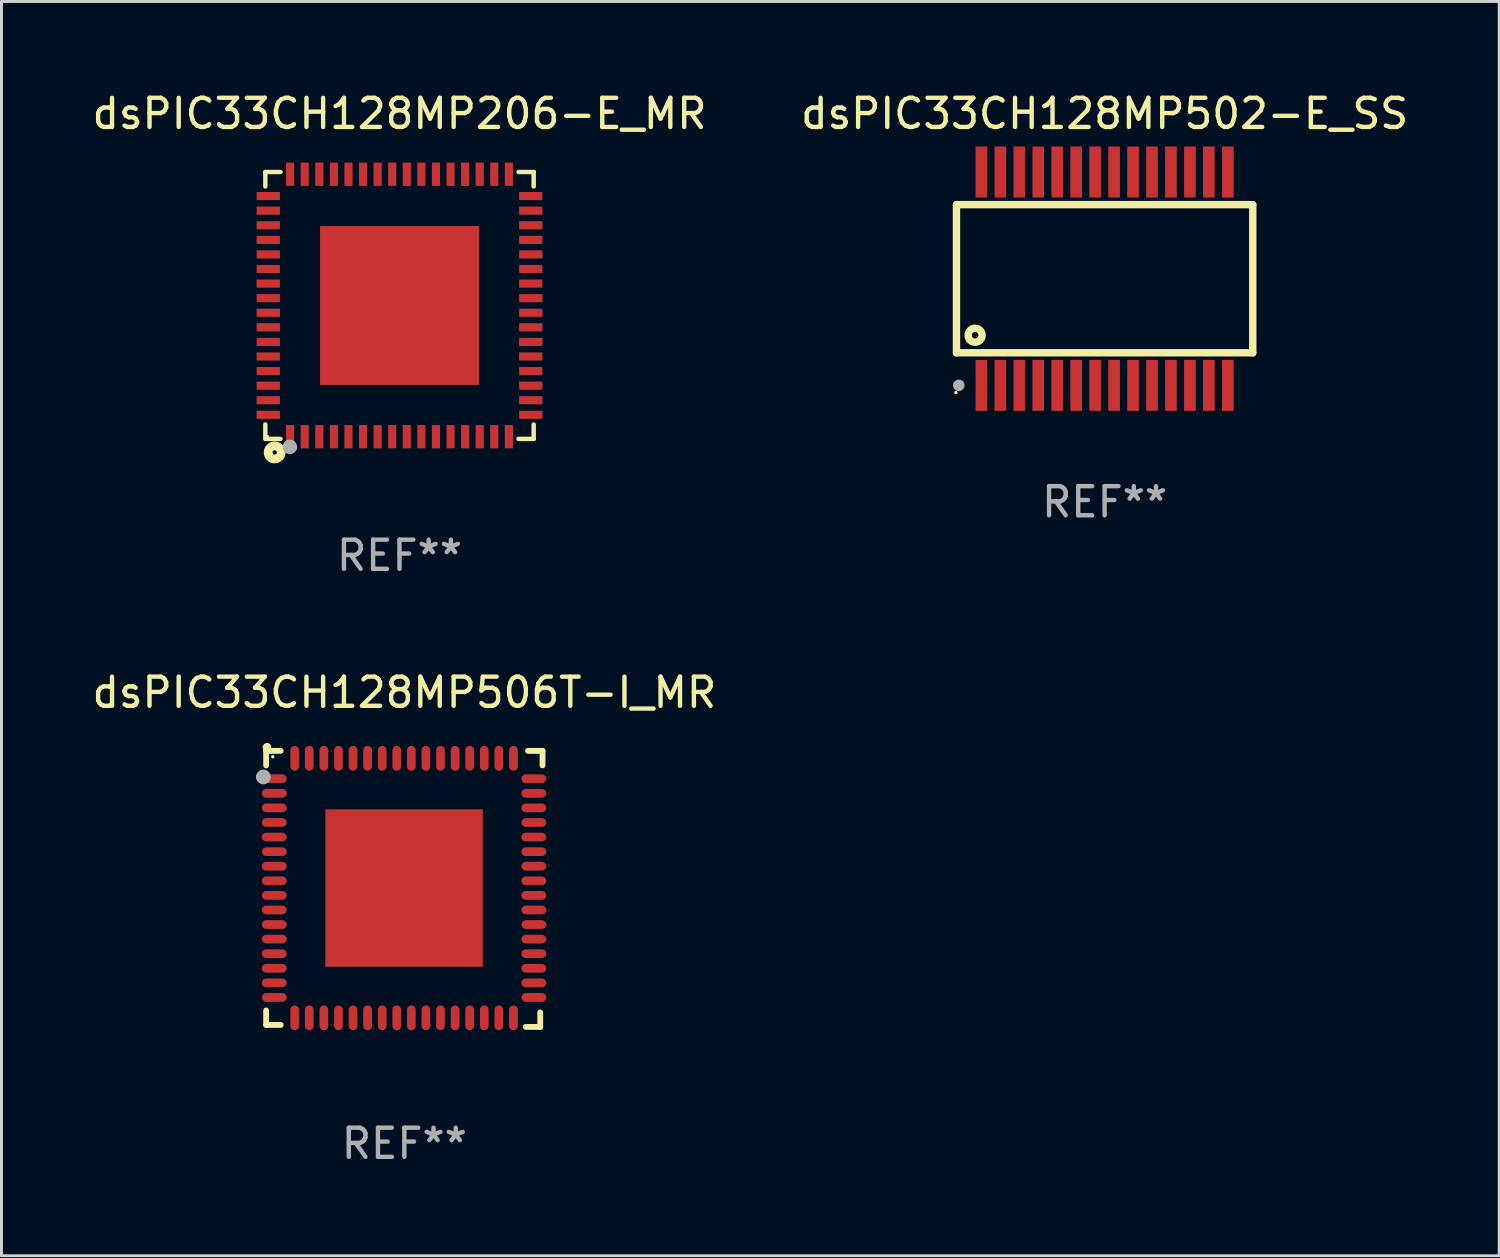
<source format=kicad_pcb>
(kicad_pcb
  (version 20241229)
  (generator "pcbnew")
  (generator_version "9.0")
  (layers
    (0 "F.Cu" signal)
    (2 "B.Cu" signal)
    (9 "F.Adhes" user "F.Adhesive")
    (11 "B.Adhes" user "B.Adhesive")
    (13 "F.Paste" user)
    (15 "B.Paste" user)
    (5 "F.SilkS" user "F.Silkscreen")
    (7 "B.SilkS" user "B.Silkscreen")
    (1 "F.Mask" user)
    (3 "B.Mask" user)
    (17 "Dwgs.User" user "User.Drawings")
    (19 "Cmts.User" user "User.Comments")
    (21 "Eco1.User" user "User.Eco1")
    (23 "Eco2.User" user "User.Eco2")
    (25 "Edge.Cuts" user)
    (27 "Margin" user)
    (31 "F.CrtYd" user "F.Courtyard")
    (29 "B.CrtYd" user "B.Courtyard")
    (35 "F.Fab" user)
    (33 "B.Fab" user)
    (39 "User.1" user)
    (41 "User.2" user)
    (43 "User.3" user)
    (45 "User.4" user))
  (footprint "dsPIC33CH128MP502-E_SS"
    (layer "F.Cu")
    (at 34.827 6.506)
    (property "Reference" "dsPIC33CH128MP502-E_SS" (at 0 -5.658 0) (layer "F.SilkS") (effects (font (size 1 1) (thickness 0.15))))
    (attr through_hole)
    (fp_line (start -5.08 -2.54) (end -5.08 2.54) (stroke (width 0.254) (type solid)) (layer "F.SilkS"))
    (fp_line (start -5.08 -2.54) (end 5.08 -2.54) (stroke (width 0.254) (type solid)) (layer "F.SilkS"))
    (fp_line (start 5.08 -2.54) (end 5.08 2.54) (stroke (width 0.254) (type solid)) (layer "F.SilkS"))
    (fp_line (start 5.08 2.54) (end -5.08 2.54) (stroke (width 0.254) (type solid)) (layer "F.SilkS"))
    (fp_circle (center -5.1 3.9) (end -5.07 3.9) (stroke (width 0.06) (type solid)) (fill no) (layer "F.SilkS"))
    (fp_circle (center -4.44 1.94) (end -4.2 1.94) (stroke (width 0.254) (type solid)) (fill no) (layer "F.SilkS"))
    (fp_circle (center -5 3.658) (end -4.9 3.658) (stroke (width 0.2) (type solid)) (fill no) (layer "F.Fab"))
    (fp_text user "REF**" (at 0 7.658 0) (layer "F.Fab") (effects (font (size 1 1) (thickness 0.15))))
    (pad "1" smd rect (at -4.225 3.658) (size 0.4 1.75) (layers "F.Cu" "F.Mask" "F.Paste"))
    (pad "2" smd rect (at -3.575 3.657) (size 0.4 1.75) (layers "F.Cu" "F.Mask" "F.Paste"))
    (pad "3" smd rect (at -2.925 3.657) (size 0.4 1.75) (layers "F.Cu" "F.Mask" "F.Paste"))
    (pad "4" smd rect (at -2.275 3.657) (size 0.4 1.75) (layers "F.Cu" "F.Mask" "F.Paste"))
    (pad "5" smd rect (at -1.625 3.657) (size 0.4 1.75) (layers "F.Cu" "F.Mask" "F.Paste"))
    (pad "6" smd rect (at -0.975 3.657) (size 0.4 1.75) (layers "F.Cu" "F.Mask" "F.Paste"))
    (pad "7" smd rect (at -0.325 3.657) (size 0.4 1.75) (layers "F.Cu" "F.Mask" "F.Paste"))
    (pad "8" smd rect (at 0.325 3.657) (size 0.4 1.75) (layers "F.Cu" "F.Mask" "F.Paste"))
    (pad "9" smd rect (at 0.975 3.657) (size 0.4 1.75) (layers "F.Cu" "F.Mask" "F.Paste"))
    (pad "10" smd rect (at 1.625 3.657) (size 0.4 1.75) (layers "F.Cu" "F.Mask" "F.Paste"))
    (pad "11" smd rect (at 2.275 3.657) (size 0.4 1.75) (layers "F.Cu" "F.Mask" "F.Paste"))
    (pad "12" smd rect (at 2.925 3.657) (size 0.4 1.75) (layers "F.Cu" "F.Mask" "F.Paste"))
    (pad "13" smd rect (at 3.575 3.657) (size 0.4 1.75) (layers "F.Cu" "F.Mask" "F.Paste"))
    (pad "14" smd rect (at 4.225 3.657) (size 0.4 1.75) (layers "F.Cu" "F.Mask" "F.Paste"))
    (pad "15" smd rect (at 4.225 -3.658) (size 0.4 1.75) (layers "F.Cu" "F.Mask" "F.Paste"))
    (pad "16" smd rect (at 3.575 -3.658) (size 0.4 1.75) (layers "F.Cu" "F.Mask" "F.Paste"))
    (pad "17" smd rect (at 2.925 -3.658) (size 0.4 1.75) (layers "F.Cu" "F.Mask" "F.Paste"))
    (pad "18" smd rect (at 2.275 -3.658) (size 0.4 1.75) (layers "F.Cu" "F.Mask" "F.Paste"))
    (pad "19" smd rect (at 1.625 -3.658) (size 0.4 1.75) (layers "F.Cu" "F.Mask" "F.Paste"))
    (pad "20" smd rect (at 0.975 -3.658) (size 0.4 1.75) (layers "F.Cu" "F.Mask" "F.Paste"))
    (pad "21" smd rect (at 0.325 -3.658) (size 0.4 1.75) (layers "F.Cu" "F.Mask" "F.Paste"))
    (pad "22" smd rect (at -0.325 -3.658) (size 0.4 1.75) (layers "F.Cu" "F.Mask" "F.Paste"))
    (pad "23" smd rect (at -0.975 -3.658) (size 0.4 1.75) (layers "F.Cu" "F.Mask" "F.Paste"))
    (pad "24" smd rect (at -1.625 -3.658) (size 0.4 1.75) (layers "F.Cu" "F.Mask" "F.Paste"))
    (pad "25" smd rect (at -2.275 -3.658) (size 0.4 1.75) (layers "F.Cu" "F.Mask" "F.Paste"))
    (pad "26" smd rect (at -2.925 -3.658) (size 0.4 1.75) (layers "F.Cu" "F.Mask" "F.Paste"))
    (pad "27" smd rect (at -3.575 -3.658) (size 0.4 1.75) (layers "F.Cu" "F.Mask" "F.Paste"))
    (pad "28" smd rect (at -4.225 -3.658) (size 0.4 1.75) (layers "F.Cu" "F.Mask" "F.Paste")))
  (footprint "dsPIC33CH128MP206-E_MR"
    (layer "F.Cu")
    (at 10.649 7.424)
    (property "Reference" "dsPIC33CH128MP206-E_MR" (at 0 -6.576 0) (layer "F.SilkS") (effects (font (size 1 1) (thickness 0.15))))
    (attr through_hole)
    (fp_line (start -4.601 -4.576) (end -4.081 -4.576) (stroke (width 0.152) (type solid)) (layer "F.SilkS"))
    (fp_line (start -4.601 -4.081) (end -4.601 -4.576) (stroke (width 0.152) (type solid)) (layer "F.SilkS"))
    (fp_line (start -4.601 4.081) (end -4.601 4.576) (stroke (width 0.152) (type solid)) (layer "F.SilkS"))
    (fp_line (start -4.601 4.576) (end -4.081 4.576) (stroke (width 0.152) (type solid)) (layer "F.SilkS"))
    (fp_line (start 4.601 -4.576) (end 4.081 -4.576) (stroke (width 0.152) (type solid)) (layer "F.SilkS"))
    (fp_line (start 4.601 -4.081) (end 4.601 -4.576) (stroke (width 0.152) (type solid)) (layer "F.SilkS"))
    (fp_line (start 4.601 4.081) (end 4.601 4.576) (stroke (width 0.152) (type solid)) (layer "F.SilkS"))
    (fp_line (start 4.601 4.576) (end 4.081 4.576) (stroke (width 0.152) (type solid)) (layer "F.SilkS"))
    (fp_circle (center -4.525 4.5) (end -4.495 4.5) (stroke (width 0.06) (type solid)) (fill no) (layer "F.SilkS"))
    (fp_circle (center -4.28 5.04) (end -4.205 5.04) (stroke (width 0.3) (type solid)) (fill no) (layer "F.SilkS"))
    (fp_circle (center -3.76 4.85) (end -3.635 4.85) (stroke (width 0.25) (type solid)) (fill no) (layer "F.Fab"))
    (fp_text user "REF**" (at 0 8.576 0) (layer "F.Fab") (effects (font (size 1 1) (thickness 0.15))))
    (pad "1" smd rect (at -3.75 4.5) (size 0.28 0.8) (layers "F.Cu" "F.Mask" "F.Paste"))
    (pad "2" smd rect (at -3.25 4.5) (size 0.28 0.8) (layers "F.Cu" "F.Mask" "F.Paste"))
    (pad "3" smd rect (at -2.75 4.5) (size 0.28 0.8) (layers "F.Cu" "F.Mask" "F.Paste"))
    (pad "4" smd rect (at -2.25 4.5) (size 0.28 0.8) (layers "F.Cu" "F.Mask" "F.Paste"))
    (pad "5" smd rect (at -1.75 4.5) (size 0.28 0.8) (layers "F.Cu" "F.Mask" "F.Paste"))
    (pad "6" smd rect (at -1.25 4.5) (size 0.28 0.8) (layers "F.Cu" "F.Mask" "F.Paste"))
    (pad "7" smd rect (at -0.75 4.5) (size 0.28 0.8) (layers "F.Cu" "F.Mask" "F.Paste"))
    (pad "8" smd rect (at -0.25 4.5) (size 0.28 0.8) (layers "F.Cu" "F.Mask" "F.Paste"))
    (pad "9" smd rect (at 0.25 4.5) (size 0.28 0.8) (layers "F.Cu" "F.Mask" "F.Paste"))
    (pad "10" smd rect (at 0.75 4.5) (size 0.28 0.8) (layers "F.Cu" "F.Mask" "F.Paste"))
    (pad "11" smd rect (at 1.25 4.5) (size 0.28 0.8) (layers "F.Cu" "F.Mask" "F.Paste"))
    (pad "12" smd rect (at 1.75 4.5) (size 0.28 0.8) (layers "F.Cu" "F.Mask" "F.Paste"))
    (pad "13" smd rect (at 2.25 4.5) (size 0.28 0.8) (layers "F.Cu" "F.Mask" "F.Paste"))
    (pad "14" smd rect (at 2.75 4.5) (size 0.28 0.8) (layers "F.Cu" "F.Mask" "F.Paste"))
    (pad "15" smd rect (at 3.25 4.5) (size 0.28 0.8) (layers "F.Cu" "F.Mask" "F.Paste"))
    (pad "16" smd rect (at 3.75 4.5) (size 0.28 0.8) (layers "F.Cu" "F.Mask" "F.Paste"))
    (pad "17" smd rect (at 4.5 3.75) (size 0.8 0.28) (layers "F.Cu" "F.Mask" "F.Paste"))
    (pad "18" smd rect (at 4.5 3.25) (size 0.8 0.28) (layers "F.Cu" "F.Mask" "F.Paste"))
    (pad "19" smd rect (at 4.5 2.75) (size 0.8 0.28) (layers "F.Cu" "F.Mask" "F.Paste"))
    (pad "20" smd rect (at 4.5 2.25) (size 0.8 0.28) (layers "F.Cu" "F.Mask" "F.Paste"))
    (pad "21" smd rect (at 4.5 1.75) (size 0.8 0.28) (layers "F.Cu" "F.Mask" "F.Paste"))
    (pad "22" smd rect (at 4.5 1.25) (size 0.8 0.28) (layers "F.Cu" "F.Mask" "F.Paste"))
    (pad "23" smd rect (at 4.5 0.75) (size 0.8 0.28) (layers "F.Cu" "F.Mask" "F.Paste"))
    (pad "24" smd rect (at 4.5 0.25) (size 0.8 0.28) (layers "F.Cu" "F.Mask" "F.Paste"))
    (pad "25" smd rect (at 4.5 -0.25) (size 0.8 0.28) (layers "F.Cu" "F.Mask" "F.Paste"))
    (pad "26" smd rect (at 4.5 -0.75) (size 0.8 0.28) (layers "F.Cu" "F.Mask" "F.Paste"))
    (pad "27" smd rect (at 4.5 -1.25) (size 0.8 0.28) (layers "F.Cu" "F.Mask" "F.Paste"))
    (pad "28" smd rect (at 4.5 -1.75) (size 0.8 0.28) (layers "F.Cu" "F.Mask" "F.Paste"))
    (pad "29" smd rect (at 4.5 -2.25) (size 0.8 0.28) (layers "F.Cu" "F.Mask" "F.Paste"))
    (pad "30" smd rect (at 4.5 -2.75) (size 0.8 0.28) (layers "F.Cu" "F.Mask" "F.Paste"))
    (pad "31" smd rect (at 4.5 -3.25) (size 0.8 0.28) (layers "F.Cu" "F.Mask" "F.Paste"))
    (pad "32" smd rect (at 4.5 -3.75) (size 0.8 0.28) (layers "F.Cu" "F.Mask" "F.Paste"))
    (pad "33" smd rect (at 3.75 -4.5) (size 0.28 0.8) (layers "F.Cu" "F.Mask" "F.Paste"))
    (pad "34" smd rect (at 3.25 -4.5) (size 0.28 0.8) (layers "F.Cu" "F.Mask" "F.Paste"))
    (pad "35" smd rect (at 2.75 -4.5) (size 0.28 0.8) (layers "F.Cu" "F.Mask" "F.Paste"))
    (pad "36" smd rect (at 2.25 -4.5) (size 0.28 0.8) (layers "F.Cu" "F.Mask" "F.Paste"))
    (pad "37" smd rect (at 1.75 -4.5) (size 0.28 0.8) (layers "F.Cu" "F.Mask" "F.Paste"))
    (pad "38" smd rect (at 1.25 -4.5) (size 0.28 0.8) (layers "F.Cu" "F.Mask" "F.Paste"))
    (pad "39" smd rect (at 0.75 -4.5) (size 0.28 0.8) (layers "F.Cu" "F.Mask" "F.Paste"))
    (pad "40" smd rect (at 0.25 -4.5) (size 0.28 0.8) (layers "F.Cu" "F.Mask" "F.Paste"))
    (pad "41" smd rect (at -0.25 -4.5) (size 0.28 0.8) (layers "F.Cu" "F.Mask" "F.Paste"))
    (pad "42" smd rect (at -0.75 -4.5) (size 0.28 0.8) (layers "F.Cu" "F.Mask" "F.Paste"))
    (pad "43" smd rect (at -1.25 -4.5) (size 0.28 0.8) (layers "F.Cu" "F.Mask" "F.Paste"))
    (pad "44" smd rect (at -1.75 -4.5) (size 0.28 0.8) (layers "F.Cu" "F.Mask" "F.Paste"))
    (pad "45" smd rect (at -2.25 -4.5) (size 0.28 0.8) (layers "F.Cu" "F.Mask" "F.Paste"))
    (pad "46" smd rect (at -2.75 -4.5) (size 0.28 0.8) (layers "F.Cu" "F.Mask" "F.Paste"))
    (pad "47" smd rect (at -3.25 -4.5) (size 0.28 0.8) (layers "F.Cu" "F.Mask" "F.Paste"))
    (pad "48" smd rect (at -3.75 -4.5) (size 0.28 0.8) (layers "F.Cu" "F.Mask" "F.Paste"))
    (pad "49" smd rect (at -4.5 -3.75) (size 0.8 0.28) (layers "F.Cu" "F.Mask" "F.Paste"))
    (pad "50" smd rect (at -4.5 -3.25) (size 0.8 0.28) (layers "F.Cu" "F.Mask" "F.Paste"))
    (pad "51" smd rect (at -4.5 -2.75) (size 0.8 0.28) (layers "F.Cu" "F.Mask" "F.Paste"))
    (pad "52" smd rect (at -4.5 -2.25) (size 0.8 0.28) (layers "F.Cu" "F.Mask" "F.Paste"))
    (pad "53" smd rect (at -4.5 -1.75) (size 0.8 0.28) (layers "F.Cu" "F.Mask" "F.Paste"))
    (pad "54" smd rect (at -4.5 -1.25) (size 0.8 0.28) (layers "F.Cu" "F.Mask" "F.Paste"))
    (pad "55" smd rect (at -4.5 -0.75) (size 0.8 0.28) (layers "F.Cu" "F.Mask" "F.Paste"))
    (pad "56" smd rect (at -4.5 -0.25) (size 0.8 0.28) (layers "F.Cu" "F.Mask" "F.Paste"))
    (pad "57" smd rect (at -4.5 0.25) (size 0.8 0.28) (layers "F.Cu" "F.Mask" "F.Paste"))
    (pad "58" smd rect (at -4.5 0.75) (size 0.8 0.28) (layers "F.Cu" "F.Mask" "F.Paste"))
    (pad "59" smd rect (at -4.5 1.25) (size 0.8 0.28) (layers "F.Cu" "F.Mask" "F.Paste"))
    (pad "60" smd rect (at -4.5 1.75) (size 0.8 0.28) (layers "F.Cu" "F.Mask" "F.Paste"))
    (pad "61" smd rect (at -4.5 2.25) (size 0.8 0.28) (layers "F.Cu" "F.Mask" "F.Paste"))
    (pad "62" smd rect (at -4.5 2.75) (size 0.8 0.28) (layers "F.Cu" "F.Mask" "F.Paste"))
    (pad "63" smd rect (at -4.5 3.25) (size 0.8 0.28) (layers "F.Cu" "F.Mask" "F.Paste"))
    (pad "64" smd rect (at -4.5 3.75) (size 0.8 0.28) (layers "F.Cu" "F.Mask" "F.Paste"))
    (pad "65" smd rect (at 0 0) (size 5.45 5.45) (layers "F.Cu" "F.Mask" "F.Paste")))
  (footprint "dsPIC33CH128MP506T-I_MR"
    (layer "F.Cu")
    (at 10.815 27.43)
    (property "Reference" "dsPIC33CH128MP506T-I_MR" (at 0 -6.733 0) (layer "F.SilkS") (effects (font (size 1 1) (thickness 0.15))))
    (attr through_hole)
    (fp_line (start -4.739 -4.733) (end -4.241 -4.733) (stroke (width 0.2) (type solid)) (layer "F.SilkS"))
    (fp_line (start -4.739 -4.235) (end -4.739 -4.733) (stroke (width 0.2) (type solid)) (layer "F.SilkS"))
    (fp_line (start -4.739 4.168) (end -4.739 4.665) (stroke (width 0.2) (type solid)) (layer "F.SilkS"))
    (fp_line (start -4.739 4.665) (end -4.241 4.665) (stroke (width 0.2) (type solid)) (layer "F.SilkS"))
    (fp_line (start 4.161 4.733) (end 4.659 4.733) (stroke (width 0.2) (type solid)) (layer "F.SilkS"))
    (fp_line (start 4.241 -4.733) (end 4.739 -4.733) (stroke (width 0.2) (type solid)) (layer "F.SilkS"))
    (fp_line (start 4.659 4.733) (end 4.659 4.235) (stroke (width 0.2) (type solid)) (layer "F.SilkS"))
    (fp_line (start 4.739 -4.733) (end 4.739 -4.235) (stroke (width 0.2) (type solid)) (layer "F.SilkS"))
    (fp_arc (start -4.708623 -4.85108) (mid -4.708628 -4.85235) (end -4.708623 -4.85362) (stroke (width 0.3) (type solid)) (layer "F.SilkS"))
    (fp_circle (center -4.511 -4.529) (end -4.481 -4.529) (stroke (width 0.06) (type solid)) (fill no) (layer "F.SilkS"))
    (fp_circle (center -4.835 -3.838) (end -4.708 -3.838) (stroke (width 0.254) (type solid)) (fill no) (layer "F.Fab"))
    (fp_text user "REF**" (at 0 8.733 0) (layer "F.Fab") (effects (font (size 1 1) (thickness 0.15))))
    (pad "1" smd oval (at -4.46 -3.778) (size 0.85 0.3) (layers "F.Cu" "F.Mask" "F.Paste"))
    (pad "2" smd oval (at -4.46 -3.278) (size 0.85 0.3) (layers "F.Cu" "F.Mask" "F.Paste"))
    (pad "3" smd oval (at -4.46 -2.778) (size 0.85 0.3) (layers "F.Cu" "F.Mask" "F.Paste"))
    (pad "4" smd oval (at -4.46 -2.278) (size 0.85 0.3) (layers "F.Cu" "F.Mask" "F.Paste"))
    (pad "5" smd oval (at -4.46 -1.778) (size 0.85 0.3) (layers "F.Cu" "F.Mask" "F.Paste"))
    (pad "6" smd oval (at -4.46 -1.278) (size 0.85 0.3) (layers "F.Cu" "F.Mask" "F.Paste"))
    (pad "7" smd oval (at -4.46 -0.778) (size 0.85 0.3) (layers "F.Cu" "F.Mask" "F.Paste"))
    (pad "8" smd oval (at -4.46 -0.278) (size 0.85 0.3) (layers "F.Cu" "F.Mask" "F.Paste"))
    (pad "9" smd oval (at -4.46 0.222) (size 0.85 0.3) (layers "F.Cu" "F.Mask" "F.Paste"))
    (pad "10" smd oval (at -4.46 0.722) (size 0.85 0.3) (layers "F.Cu" "F.Mask" "F.Paste"))
    (pad "11" smd oval (at -4.46 1.222) (size 0.85 0.3) (layers "F.Cu" "F.Mask" "F.Paste"))
    (pad "12" smd oval (at -4.46 1.722) (size 0.85 0.3) (layers "F.Cu" "F.Mask" "F.Paste"))
    (pad "13" smd oval (at -4.46 2.222) (size 0.85 0.3) (layers "F.Cu" "F.Mask" "F.Paste"))
    (pad "14" smd oval (at -4.46 2.722) (size 0.85 0.3) (layers "F.Cu" "F.Mask" "F.Paste"))
    (pad "15" smd oval (at -4.46 3.222) (size 0.85 0.3) (layers "F.Cu" "F.Mask" "F.Paste"))
    (pad "16" smd oval (at -4.46 3.722) (size 0.85 0.3) (layers "F.Cu" "F.Mask" "F.Paste"))
    (pad "17" smd oval (at -3.76 4.422) (size 0.3 0.85) (layers "F.Cu" "F.Mask" "F.Paste"))
    (pad "18" smd oval (at -3.26 4.422) (size 0.3 0.85) (layers "F.Cu" "F.Mask" "F.Paste"))
    (pad "19" smd oval (at -2.76 4.422) (size 0.3 0.85) (layers "F.Cu" "F.Mask" "F.Paste"))
    (pad "20" smd oval (at -2.26 4.422) (size 0.3 0.85) (layers "F.Cu" "F.Mask" "F.Paste"))
    (pad "21" smd oval (at -1.76 4.422) (size 0.3 0.85) (layers "F.Cu" "F.Mask" "F.Paste"))
    (pad "22" smd oval (at -1.26 4.422) (size 0.3 0.85) (layers "F.Cu" "F.Mask" "F.Paste"))
    (pad "23" smd oval (at -0.76 4.422) (size 0.3 0.85) (layers "F.Cu" "F.Mask" "F.Paste"))
    (pad "24" smd oval (at -0.26 4.422) (size 0.3 0.85) (layers "F.Cu" "F.Mask" "F.Paste"))
    (pad "25" smd oval (at 0.24 4.422) (size 0.3 0.85) (layers "F.Cu" "F.Mask" "F.Paste"))
    (pad "26" smd oval (at 0.74 4.422) (size 0.3 0.85) (layers "F.Cu" "F.Mask" "F.Paste"))
    (pad "27" smd oval (at 1.24 4.422) (size 0.3 0.85) (layers "F.Cu" "F.Mask" "F.Paste"))
    (pad "28" smd oval (at 1.74 4.422) (size 0.3 0.85) (layers "F.Cu" "F.Mask" "F.Paste"))
    (pad "29" smd oval (at 2.24 4.422) (size 0.3 0.85) (layers "F.Cu" "F.Mask" "F.Paste"))
    (pad "30" smd oval (at 2.74 4.422) (size 0.3 0.85) (layers "F.Cu" "F.Mask" "F.Paste"))
    (pad "31" smd oval (at 3.24 4.422) (size 0.3 0.85) (layers "F.Cu" "F.Mask" "F.Paste"))
    (pad "32" smd oval (at 3.74 4.422) (size 0.3 0.85) (layers "F.Cu" "F.Mask" "F.Paste"))
    (pad "33" smd oval (at 4.44 3.723) (size 0.85 0.3) (layers "F.Cu" "F.Mask" "F.Paste"))
    (pad "34" smd oval (at 4.44 3.222) (size 0.85 0.3) (layers "F.Cu" "F.Mask" "F.Paste"))
    (pad "35" smd oval (at 4.44 2.723) (size 0.85 0.3) (layers "F.Cu" "F.Mask" "F.Paste"))
    (pad "36" smd oval (at 4.44 2.222) (size 0.85 0.3) (layers "F.Cu" "F.Mask" "F.Paste"))
    (pad "37" smd oval (at 4.44 1.723) (size 0.85 0.3) (layers "F.Cu" "F.Mask" "F.Paste"))
    (pad "38" smd oval (at 4.44 1.222) (size 0.85 0.3) (layers "F.Cu" "F.Mask" "F.Paste"))
    (pad "39" smd oval (at 4.44 0.723) (size 0.85 0.3) (layers "F.Cu" "F.Mask" "F.Paste"))
    (pad "40" smd oval (at 4.44 0.222) (size 0.85 0.3) (layers "F.Cu" "F.Mask" "F.Paste"))
    (pad "41" smd oval (at 4.44 -0.277) (size 0.85 0.3) (layers "F.Cu" "F.Mask" "F.Paste"))
    (pad "42" smd oval (at 4.44 -0.778) (size 0.85 0.3) (layers "F.Cu" "F.Mask" "F.Paste"))
    (pad "43" smd oval (at 4.44 -1.277) (size 0.85 0.3) (layers "F.Cu" "F.Mask" "F.Paste"))
    (pad "44" smd oval (at 4.44 -1.778) (size 0.85 0.3) (layers "F.Cu" "F.Mask" "F.Paste"))
    (pad "45" smd oval (at 4.44 -2.277) (size 0.85 0.3) (layers "F.Cu" "F.Mask" "F.Paste"))
    (pad "46" smd oval (at 4.44 -2.778) (size 0.85 0.3) (layers "F.Cu" "F.Mask" "F.Paste"))
    (pad "47" smd oval (at 4.44 -3.277) (size 0.85 0.3) (layers "F.Cu" "F.Mask" "F.Paste"))
    (pad "48" smd oval (at 4.44 -3.778) (size 0.85 0.3) (layers "F.Cu" "F.Mask" "F.Paste"))
    (pad "49" smd oval (at 3.74 -4.478) (size 0.3 0.85) (layers "F.Cu" "F.Mask" "F.Paste"))
    (pad "50" smd oval (at 3.24 -4.478) (size 0.3 0.85) (layers "F.Cu" "F.Mask" "F.Paste"))
    (pad "51" smd oval (at 2.74 -4.478) (size 0.3 0.85) (layers "F.Cu" "F.Mask" "F.Paste"))
    (pad "52" smd oval (at 2.24 -4.478) (size 0.3 0.85) (layers "F.Cu" "F.Mask" "F.Paste"))
    (pad "53" smd oval (at 1.74 -4.478) (size 0.3 0.85) (layers "F.Cu" "F.Mask" "F.Paste"))
    (pad "54" smd oval (at 1.24 -4.478) (size 0.3 0.85) (layers "F.Cu" "F.Mask" "F.Paste"))
    (pad "55" smd oval (at 0.74 -4.478) (size 0.3 0.85) (layers "F.Cu" "F.Mask" "F.Paste"))
    (pad "56" smd oval (at 0.24 -4.478) (size 0.3 0.85) (layers "F.Cu" "F.Mask" "F.Paste"))
    (pad "57" smd oval (at -0.26 -4.478) (size 0.3 0.85) (layers "F.Cu" "F.Mask" "F.Paste"))
    (pad "58" smd oval (at -0.76 -4.478) (size 0.3 0.85) (layers "F.Cu" "F.Mask" "F.Paste"))
    (pad "59" smd oval (at -1.26 -4.478) (size 0.3 0.85) (layers "F.Cu" "F.Mask" "F.Paste"))
    (pad "60" smd oval (at -1.76 -4.478) (size 0.3 0.85) (layers "F.Cu" "F.Mask" "F.Paste"))
    (pad "61" smd oval (at -2.26 -4.478) (size 0.3 0.85) (layers "F.Cu" "F.Mask" "F.Paste"))
    (pad "62" smd oval (at -2.76 -4.478) (size 0.3 0.85) (layers "F.Cu" "F.Mask" "F.Paste"))
    (pad "63" smd oval (at -3.26 -4.478) (size 0.3 0.85) (layers "F.Cu" "F.Mask" "F.Paste"))
    (pad "64" smd oval (at -3.76 -4.478) (size 0.3 0.85) (layers "F.Cu" "F.Mask" "F.Paste"))
    (pad "65" smd rect (at -0.009 -0.028 90) (size 5.4 5.4) (layers "F.Cu" "F.Mask" "F.Paste")))
  (gr_rect
    (start -3 -3)
    (end 48.357 40.01)
    (stroke (width 0.1) (type default))
    (fill no)
    (layer "Edge.Cuts")))
</source>
